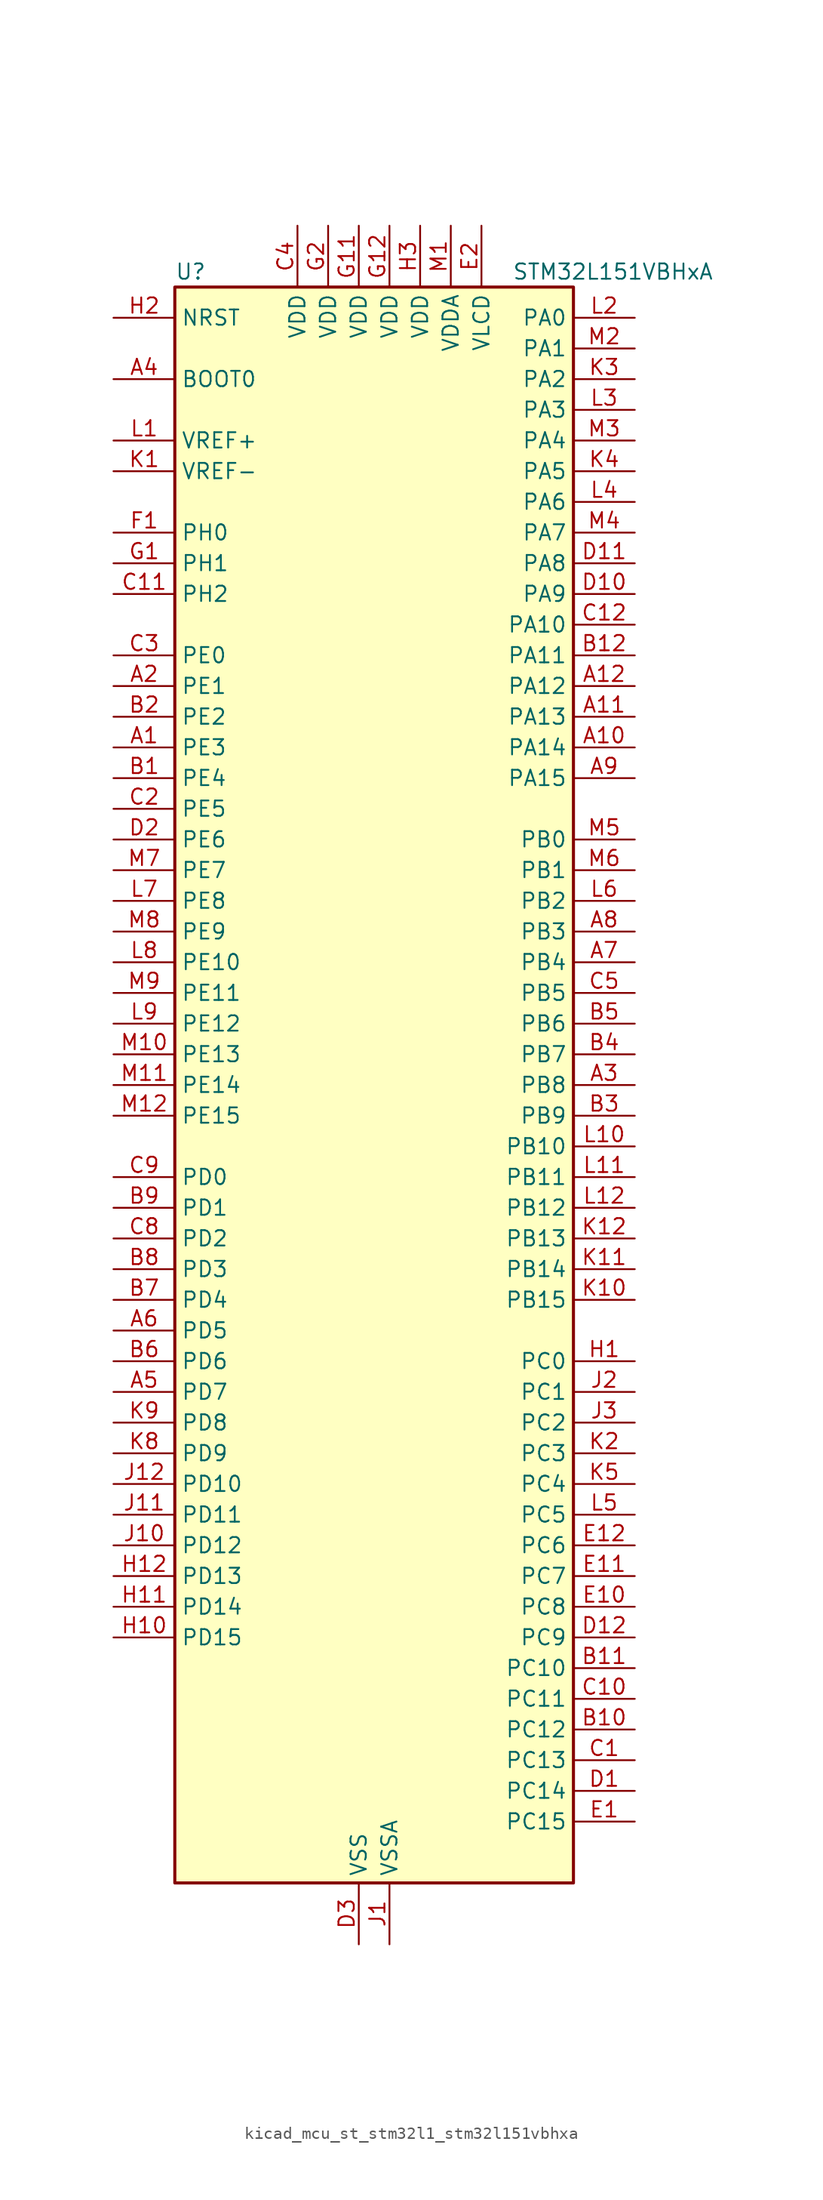
<source format=kicad_sym>
(kicad_symbol_lib
  (version 20220914)
  (generator kicad_symbol_editor)
  (symbol "kicad_mcu_st_stm32l1_stm32l151vbhxa"
    (property "Reference" "U"
      (at -15.24 67.31 0)
      (effects (font (size 1.27 1.27)) (justify left)))
    (property "Value" "STM32L151VBHxA"
      (at 12.7 67.31 0)
      (effects (font (size 1.27 1.27)) (justify left)))
    (property "ki_locked" ""
      (at 0 0 0)
      (effects (font (size 1.27 1.27))))
    (symbol "kicad_mcu_st_stm32l1_stm32l151vbhxa_0_1"
      (rectangle (start -15.24 -66.04) (end 17.78 66.04) (stroke (width 0.254) (type default)) (fill (type background))))
    (symbol "kicad_mcu_st_stm32l1_stm32l151vbhxa_1_1"
      (pin bidirectional line (at -20.32 27.94 0) (length 5.08) (name "PE3" (effects (font (size 1.27 1.27)))) (number "A1" (effects (font (size 1.27 1.27)))) (alternate "SYS_TRACED0" bidirectional line) (alternate "TIM3_CH1" bidirectional line) (alternate "TIMX_IC4" bidirectional line))
      (pin bidirectional line (at 22.86 27.94 180) (length 5.08) (name "PA14" (effects (font (size 1.27 1.27)))) (number "A10" (effects (font (size 1.27 1.27)))) (alternate "SYS_JTCK-SWCLK" bidirectional line) (alternate "TIMX_IC3" bidirectional line) (alternate "TS_G5_IO2" bidirectional line))
      (pin bidirectional line (at 22.86 30.48 180) (length 5.08) (name "PA13" (effects (font (size 1.27 1.27)))) (number "A11" (effects (font (size 1.27 1.27)))) (alternate "SYS_JTMS-SWDIO" bidirectional line) (alternate "TIMX_IC2" bidirectional line) (alternate "TS_G5_IO1" bidirectional line))
      (pin bidirectional line (at 22.86 33.02 180) (length 5.08) (name "PA12" (effects (font (size 1.27 1.27)))) (number "A12" (effects (font (size 1.27 1.27)))) (alternate "SPI1_MOSI" bidirectional line) (alternate "TIMX_IC1" bidirectional line) (alternate "USART1_RTS" bidirectional line) (alternate "USB_DP" bidirectional line))
      (pin bidirectional line (at -20.32 33.02 0) (length 5.08) (name "PE1" (effects (font (size 1.27 1.27)))) (number "A2" (effects (font (size 1.27 1.27)))) (alternate "TIM11_CH1" bidirectional line) (alternate "TIMX_IC2" bidirectional line))
      (pin bidirectional line (at 22.86 0 180) (length 5.08) (name "PB8" (effects (font (size 1.27 1.27)))) (number "A3" (effects (font (size 1.27 1.27)))) (alternate "I2C1_SCL" bidirectional line) (alternate "TIM10_CH1" bidirectional line) (alternate "TIM4_CH3" bidirectional line))
      (pin input line (at -20.32 58.42 0) (length 5.08) (name "BOOT0" (effects (font (size 1.27 1.27)))) (number "A4" (effects (font (size 1.27 1.27)))))
      (pin bidirectional line (at -20.32 -25.4 0) (length 5.08) (name "PD7" (effects (font (size 1.27 1.27)))) (number "A5" (effects (font (size 1.27 1.27)))) (alternate "TIM9_CH2" bidirectional line) (alternate "TIMX_IC4" bidirectional line) (alternate "USART2_CK" bidirectional line))
      (pin bidirectional line (at -20.32 -20.32 0) (length 5.08) (name "PD5" (effects (font (size 1.27 1.27)))) (number "A6" (effects (font (size 1.27 1.27)))) (alternate "TIMX_IC2" bidirectional line) (alternate "USART2_TX" bidirectional line))
      (pin bidirectional line (at 22.86 10.16 180) (length 5.08) (name "PB4" (effects (font (size 1.27 1.27)))) (number "A7" (effects (font (size 1.27 1.27)))) (alternate "COMP2_INP" bidirectional line) (alternate "SPI1_MISO" bidirectional line) (alternate "SYS_JTRST" bidirectional line) (alternate "TIM3_CH1" bidirectional line) (alternate "TS_G6_IO1" bidirectional line))
      (pin bidirectional line (at 22.86 12.7 180) (length 5.08) (name "PB3" (effects (font (size 1.27 1.27)))) (number "A8" (effects (font (size 1.27 1.27)))) (alternate "COMP2_INM" bidirectional line) (alternate "SPI1_SCK" bidirectional line) (alternate "SYS_JTDO-TRACESWO" bidirectional line) (alternate "TIM2_CH2" bidirectional line))
      (pin bidirectional line (at 22.86 25.4 180) (length 5.08) (name "PA15" (effects (font (size 1.27 1.27)))) (number "A9" (effects (font (size 1.27 1.27)))) (alternate "ADC_EXTI15" bidirectional line) (alternate "SPI1_NSS" bidirectional line) (alternate "SYS_JTDI" bidirectional line) (alternate "TIM2_CH1" bidirectional line) (alternate "TIM2_ETR" bidirectional line) (alternate "TIMX_IC4" bidirectional line) (alternate "TS_G5_IO3" bidirectional line))
      (pin bidirectional line (at -20.32 25.4 0) (length 5.08) (name "PE4" (effects (font (size 1.27 1.27)))) (number "B1" (effects (font (size 1.27 1.27)))) (alternate "SYS_TRACED1" bidirectional line) (alternate "TIM3_CH2" bidirectional line) (alternate "TIMX_IC1" bidirectional line))
      (pin bidirectional line (at 22.86 -53.34 180) (length 5.08) (name "PC12" (effects (font (size 1.27 1.27)))) (number "B10" (effects (font (size 1.27 1.27)))) (alternate "TIMX_IC1" bidirectional line) (alternate "USART3_CK" bidirectional line))
      (pin bidirectional line (at 22.86 -48.26 180) (length 5.08) (name "PC10" (effects (font (size 1.27 1.27)))) (number "B11" (effects (font (size 1.27 1.27)))) (alternate "TIMX_IC3" bidirectional line) (alternate "USART3_TX" bidirectional line))
      (pin bidirectional line (at 22.86 35.56 180) (length 5.08) (name "PA11" (effects (font (size 1.27 1.27)))) (number "B12" (effects (font (size 1.27 1.27)))) (alternate "ADC_EXTI11" bidirectional line) (alternate "SPI1_MISO" bidirectional line) (alternate "TIMX_IC4" bidirectional line) (alternate "USART1_CTS" bidirectional line) (alternate "USB_DM" bidirectional line))
      (pin bidirectional line (at -20.32 30.48 0) (length 5.08) (name "PE2" (effects (font (size 1.27 1.27)))) (number "B2" (effects (font (size 1.27 1.27)))) (alternate "SYS_TRACECK" bidirectional line) (alternate "TIM3_ETR" bidirectional line) (alternate "TIMX_IC3" bidirectional line))
      (pin bidirectional line (at 22.86 -2.54 180) (length 5.08) (name "PB9" (effects (font (size 1.27 1.27)))) (number "B3" (effects (font (size 1.27 1.27)))) (alternate "DAC_EXTI9" bidirectional line) (alternate "I2C1_SDA" bidirectional line) (alternate "TIM11_CH1" bidirectional line) (alternate "TIM4_CH4" bidirectional line))
      (pin bidirectional line (at 22.86 2.54 180) (length 5.08) (name "PB7" (effects (font (size 1.27 1.27)))) (number "B4" (effects (font (size 1.27 1.27)))) (alternate "I2C1_SDA" bidirectional line) (alternate "SYS_PVD_IN" bidirectional line) (alternate "TIM4_CH2" bidirectional line) (alternate "TS_G6_IO4" bidirectional line) (alternate "USART1_RX" bidirectional line))
      (pin bidirectional line (at 22.86 5.08 180) (length 5.08) (name "PB6" (effects (font (size 1.27 1.27)))) (number "B5" (effects (font (size 1.27 1.27)))) (alternate "I2C1_SCL" bidirectional line) (alternate "TIM4_CH1" bidirectional line) (alternate "TS_G6_IO3" bidirectional line) (alternate "USART1_TX" bidirectional line))
      (pin bidirectional line (at -20.32 -22.86 0) (length 5.08) (name "PD6" (effects (font (size 1.27 1.27)))) (number "B6" (effects (font (size 1.27 1.27)))) (alternate "TIMX_IC3" bidirectional line) (alternate "USART2_RX" bidirectional line))
      (pin bidirectional line (at -20.32 -17.78 0) (length 5.08) (name "PD4" (effects (font (size 1.27 1.27)))) (number "B7" (effects (font (size 1.27 1.27)))) (alternate "SPI2_MOSI" bidirectional line) (alternate "TIMX_IC1" bidirectional line) (alternate "USART2_RTS" bidirectional line))
      (pin bidirectional line (at -20.32 -15.24 0) (length 5.08) (name "PD3" (effects (font (size 1.27 1.27)))) (number "B8" (effects (font (size 1.27 1.27)))) (alternate "SPI2_MISO" bidirectional line) (alternate "TIMX_IC4" bidirectional line) (alternate "USART2_CTS" bidirectional line))
      (pin bidirectional line (at -20.32 -10.16 0) (length 5.08) (name "PD1" (effects (font (size 1.27 1.27)))) (number "B9" (effects (font (size 1.27 1.27)))) (alternate "SPI2_SCK" bidirectional line) (alternate "TIMX_IC2" bidirectional line))
      (pin bidirectional line (at 22.86 -55.88 180) (length 5.08) (name "PC13" (effects (font (size 1.27 1.27)))) (number "C1" (effects (font (size 1.27 1.27)))) (alternate "RTC_OUT_ALARM" bidirectional line) (alternate "RTC_OUT_CALIB" bidirectional line) (alternate "RTC_TAMP1" bidirectional line) (alternate "RTC_TS" bidirectional line) (alternate "SYS_WKUP2" bidirectional line) (alternate "TIMX_IC2" bidirectional line))
      (pin bidirectional line (at 22.86 -50.8 180) (length 5.08) (name "PC11" (effects (font (size 1.27 1.27)))) (number "C10" (effects (font (size 1.27 1.27)))) (alternate "ADC_EXTI11" bidirectional line) (alternate "TIMX_IC4" bidirectional line) (alternate "USART3_RX" bidirectional line))
      (pin bidirectional line (at -20.32 40.64 0) (length 5.08) (name "PH2" (effects (font (size 1.27 1.27)))) (number "C11" (effects (font (size 1.27 1.27)))))
      (pin bidirectional line (at 22.86 38.1 180) (length 5.08) (name "PA10" (effects (font (size 1.27 1.27)))) (number "C12" (effects (font (size 1.27 1.27)))) (alternate "TIMX_IC3" bidirectional line) (alternate "TS_G4_IO3" bidirectional line) (alternate "USART1_RX" bidirectional line))
      (pin bidirectional line (at -20.32 22.86 0) (length 5.08) (name "PE5" (effects (font (size 1.27 1.27)))) (number "C2" (effects (font (size 1.27 1.27)))) (alternate "SYS_TRACED2" bidirectional line) (alternate "TIM9_CH1" bidirectional line) (alternate "TIMX_IC2" bidirectional line))
      (pin bidirectional line (at -20.32 35.56 0) (length 5.08) (name "PE0" (effects (font (size 1.27 1.27)))) (number "C3" (effects (font (size 1.27 1.27)))) (alternate "TIM10_CH1" bidirectional line) (alternate "TIM4_ETR" bidirectional line) (alternate "TIMX_IC1" bidirectional line))
      (pin power_in line (at -5.08 71.12 270) (length 5.08) (name "VDD" (effects (font (size 1.27 1.27)))) (number "C4" (effects (font (size 1.27 1.27)))))
      (pin bidirectional line (at 22.86 7.62 180) (length 5.08) (name "PB5" (effects (font (size 1.27 1.27)))) (number "C5" (effects (font (size 1.27 1.27)))) (alternate "COMP2_INP" bidirectional line) (alternate "I2C1_SMBA" bidirectional line) (alternate "SPI1_MOSI" bidirectional line) (alternate "TIM3_CH2" bidirectional line) (alternate "TS_G6_IO2" bidirectional line))
      (pin bidirectional line (at -20.32 -12.7 0) (length 5.08) (name "PD2" (effects (font (size 1.27 1.27)))) (number "C8" (effects (font (size 1.27 1.27)))) (alternate "TIM3_ETR" bidirectional line) (alternate "TIMX_IC3" bidirectional line))
      (pin bidirectional line (at -20.32 -7.62 0) (length 5.08) (name "PD0" (effects (font (size 1.27 1.27)))) (number "C9" (effects (font (size 1.27 1.27)))) (alternate "SPI2_NSS" bidirectional line) (alternate "TIM9_CH1" bidirectional line) (alternate "TIMX_IC1" bidirectional line))
      (pin bidirectional line (at 22.86 -58.42 180) (length 5.08) (name "PC14" (effects (font (size 1.27 1.27)))) (number "D1" (effects (font (size 1.27 1.27)))) (alternate "RCC_OSC32_IN" bidirectional line) (alternate "TIMX_IC3" bidirectional line))
      (pin bidirectional line (at 22.86 40.64 180) (length 5.08) (name "PA9" (effects (font (size 1.27 1.27)))) (number "D10" (effects (font (size 1.27 1.27)))) (alternate "DAC_EXTI9" bidirectional line) (alternate "TIMX_IC2" bidirectional line) (alternate "TS_G4_IO2" bidirectional line) (alternate "USART1_TX" bidirectional line))
      (pin bidirectional line (at 22.86 43.18 180) (length 5.08) (name "PA8" (effects (font (size 1.27 1.27)))) (number "D11" (effects (font (size 1.27 1.27)))) (alternate "RCC_MCO" bidirectional line) (alternate "TIMX_IC1" bidirectional line) (alternate "TS_G4_IO1" bidirectional line) (alternate "USART1_CK" bidirectional line))
      (pin bidirectional line (at 22.86 -45.72 180) (length 5.08) (name "PC9" (effects (font (size 1.27 1.27)))) (number "D12" (effects (font (size 1.27 1.27)))) (alternate "DAC_EXTI9" bidirectional line) (alternate "TIM3_CH4" bidirectional line) (alternate "TIMX_IC2" bidirectional line) (alternate "TS_G10_IO4" bidirectional line))
      (pin bidirectional line (at -20.32 20.32 0) (length 5.08) (name "PE6" (effects (font (size 1.27 1.27)))) (number "D2" (effects (font (size 1.27 1.27)))) (alternate "RTC_TAMP3" bidirectional line) (alternate "SYS_TRACED3" bidirectional line) (alternate "SYS_WKUP3" bidirectional line) (alternate "TIM9_CH2" bidirectional line) (alternate "TIMX_IC3" bidirectional line))
      (pin power_in line (at 0 -71.12 90) (length 5.08) (name "VSS" (effects (font (size 1.27 1.27)))) (number "D3" (effects (font (size 1.27 1.27)))))
      (pin bidirectional line (at 22.86 -60.96 180) (length 5.08) (name "PC15" (effects (font (size 1.27 1.27)))) (number "E1" (effects (font (size 1.27 1.27)))) (alternate "ADC_EXTI15" bidirectional line) (alternate "RCC_OSC32_OUT" bidirectional line) (alternate "TIMX_IC4" bidirectional line))
      (pin bidirectional line (at 22.86 -43.18 180) (length 5.08) (name "PC8" (effects (font (size 1.27 1.27)))) (number "E10" (effects (font (size 1.27 1.27)))) (alternate "TIM3_CH3" bidirectional line) (alternate "TIMX_IC1" bidirectional line) (alternate "TS_G10_IO3" bidirectional line))
      (pin bidirectional line (at 22.86 -40.64 180) (length 5.08) (name "PC7" (effects (font (size 1.27 1.27)))) (number "E11" (effects (font (size 1.27 1.27)))) (alternate "TIM3_CH2" bidirectional line) (alternate "TIMX_IC4" bidirectional line) (alternate "TS_G10_IO2" bidirectional line))
      (pin bidirectional line (at 22.86 -38.1 180) (length 5.08) (name "PC6" (effects (font (size 1.27 1.27)))) (number "E12" (effects (font (size 1.27 1.27)))) (alternate "TIM3_CH1" bidirectional line) (alternate "TIMX_IC3" bidirectional line) (alternate "TS_G10_IO1" bidirectional line))
      (pin power_in line (at 10.16 71.12 270) (length 5.08) (name "VLCD" (effects (font (size 1.27 1.27)))) (number "E2" (effects (font (size 1.27 1.27)))))
      (pin passive line (at 0 -71.12 90) (length 5.08) hide (name "VSS" (effects (font (size 1.27 1.27)))) (number "E3" (effects (font (size 1.27 1.27)))))
      (pin bidirectional line (at -20.32 45.72 0) (length 5.08) (name "PH0" (effects (font (size 1.27 1.27)))) (number "F1" (effects (font (size 1.27 1.27)))) (alternate "RCC_OSC_IN" bidirectional line))
      (pin passive line (at 0 -71.12 90) (length 5.08) hide (name "VSS" (effects (font (size 1.27 1.27)))) (number "F11" (effects (font (size 1.27 1.27)))))
      (pin passive line (at 0 -71.12 90) (length 5.08) hide (name "VSS" (effects (font (size 1.27 1.27)))) (number "F12" (effects (font (size 1.27 1.27)))))
      (pin passive line (at 0 -71.12 90) (length 5.08) hide (name "VSS" (effects (font (size 1.27 1.27)))) (number "F2" (effects (font (size 1.27 1.27)))))
      (pin bidirectional line (at -20.32 43.18 0) (length 5.08) (name "PH1" (effects (font (size 1.27 1.27)))) (number "G1" (effects (font (size 1.27 1.27)))) (alternate "RCC_OSC_OUT" bidirectional line))
      (pin power_in line (at 0 71.12 270) (length 5.08) (name "VDD" (effects (font (size 1.27 1.27)))) (number "G11" (effects (font (size 1.27 1.27)))))
      (pin power_in line (at 2.54 71.12 270) (length 5.08) (name "VDD" (effects (font (size 1.27 1.27)))) (number "G12" (effects (font (size 1.27 1.27)))))
      (pin power_in line (at -2.54 71.12 270) (length 5.08) (name "VDD" (effects (font (size 1.27 1.27)))) (number "G2" (effects (font (size 1.27 1.27)))))
      (pin bidirectional line (at 22.86 -22.86 180) (length 5.08) (name "PC0" (effects (font (size 1.27 1.27)))) (number "H1" (effects (font (size 1.27 1.27)))) (alternate "ADC_IN10" bidirectional line) (alternate "COMP1_INP" bidirectional line) (alternate "TIMX_IC1" bidirectional line) (alternate "TS_G8_IO1" bidirectional line))
      (pin bidirectional line (at -20.32 -45.72 0) (length 5.08) (name "PD15" (effects (font (size 1.27 1.27)))) (number "H10" (effects (font (size 1.27 1.27)))) (alternate "ADC_EXTI15" bidirectional line) (alternate "TIM4_CH4" bidirectional line) (alternate "TIMX_IC4" bidirectional line))
      (pin bidirectional line (at -20.32 -43.18 0) (length 5.08) (name "PD14" (effects (font (size 1.27 1.27)))) (number "H11" (effects (font (size 1.27 1.27)))) (alternate "TIM4_CH3" bidirectional line) (alternate "TIMX_IC3" bidirectional line))
      (pin bidirectional line (at -20.32 -40.64 0) (length 5.08) (name "PD13" (effects (font (size 1.27 1.27)))) (number "H12" (effects (font (size 1.27 1.27)))) (alternate "TIM4_CH2" bidirectional line) (alternate "TIMX_IC2" bidirectional line))
      (pin input line (at -20.32 63.5 0) (length 5.08) (name "NRST" (effects (font (size 1.27 1.27)))) (number "H2" (effects (font (size 1.27 1.27)))))
      (pin power_in line (at 5.08 71.12 270) (length 5.08) (name "VDD" (effects (font (size 1.27 1.27)))) (number "H3" (effects (font (size 1.27 1.27)))))
      (pin power_in line (at 2.54 -71.12 90) (length 5.08) (name "VSSA" (effects (font (size 1.27 1.27)))) (number "J1" (effects (font (size 1.27 1.27)))))
      (pin bidirectional line (at -20.32 -38.1 0) (length 5.08) (name "PD12" (effects (font (size 1.27 1.27)))) (number "J10" (effects (font (size 1.27 1.27)))) (alternate "TIM4_CH1" bidirectional line) (alternate "TIMX_IC1" bidirectional line) (alternate "USART3_RTS" bidirectional line))
      (pin bidirectional line (at -20.32 -35.56 0) (length 5.08) (name "PD11" (effects (font (size 1.27 1.27)))) (number "J11" (effects (font (size 1.27 1.27)))) (alternate "ADC_EXTI11" bidirectional line) (alternate "TIMX_IC4" bidirectional line) (alternate "USART3_CTS" bidirectional line))
      (pin bidirectional line (at -20.32 -33.02 0) (length 5.08) (name "PD10" (effects (font (size 1.27 1.27)))) (number "J12" (effects (font (size 1.27 1.27)))) (alternate "TIMX_IC3" bidirectional line) (alternate "USART3_CK" bidirectional line))
      (pin bidirectional line (at 22.86 -25.4 180) (length 5.08) (name "PC1" (effects (font (size 1.27 1.27)))) (number "J2" (effects (font (size 1.27 1.27)))) (alternate "ADC_IN11" bidirectional line) (alternate "COMP1_INP" bidirectional line) (alternate "TIMX_IC2" bidirectional line) (alternate "TS_G8_IO2" bidirectional line))
      (pin bidirectional line (at 22.86 -27.94 180) (length 5.08) (name "PC2" (effects (font (size 1.27 1.27)))) (number "J3" (effects (font (size 1.27 1.27)))) (alternate "ADC_IN12" bidirectional line) (alternate "COMP1_INP" bidirectional line) (alternate "TIMX_IC3" bidirectional line) (alternate "TS_G8_IO3" bidirectional line))
      (pin input line (at -20.32 50.8 0) (length 5.08) (name "VREF-" (effects (font (size 1.27 1.27)))) (number "K1" (effects (font (size 1.27 1.27)))))
      (pin bidirectional line (at 22.86 -17.78 180) (length 5.08) (name "PB15" (effects (font (size 1.27 1.27)))) (number "K10" (effects (font (size 1.27 1.27)))) (alternate "ADC_EXTI15" bidirectional line) (alternate "ADC_IN21" bidirectional line) (alternate "COMP1_INP" bidirectional line) (alternate "RTC_REFIN" bidirectional line) (alternate "SPI2_MOSI" bidirectional line) (alternate "TIM11_CH1" bidirectional line) (alternate "TS_G7_IO4" bidirectional line))
      (pin bidirectional line (at 22.86 -15.24 180) (length 5.08) (name "PB14" (effects (font (size 1.27 1.27)))) (number "K11" (effects (font (size 1.27 1.27)))) (alternate "ADC_IN20" bidirectional line) (alternate "COMP1_INP" bidirectional line) (alternate "SPI2_MISO" bidirectional line) (alternate "TIM9_CH2" bidirectional line) (alternate "TS_G7_IO3" bidirectional line) (alternate "USART3_RTS" bidirectional line))
      (pin bidirectional line (at 22.86 -12.7 180) (length 5.08) (name "PB13" (effects (font (size 1.27 1.27)))) (number "K12" (effects (font (size 1.27 1.27)))) (alternate "ADC_IN19" bidirectional line) (alternate "COMP1_INP" bidirectional line) (alternate "SPI2_SCK" bidirectional line) (alternate "TIM9_CH1" bidirectional line) (alternate "TS_G7_IO2" bidirectional line) (alternate "USART3_CTS" bidirectional line))
      (pin bidirectional line (at 22.86 -30.48 180) (length 5.08) (name "PC3" (effects (font (size 1.27 1.27)))) (number "K2" (effects (font (size 1.27 1.27)))) (alternate "ADC_IN13" bidirectional line) (alternate "COMP1_INP" bidirectional line) (alternate "TIMX_IC4" bidirectional line) (alternate "TS_G8_IO4" bidirectional line))
      (pin bidirectional line (at 22.86 58.42 180) (length 5.08) (name "PA2" (effects (font (size 1.27 1.27)))) (number "K3" (effects (font (size 1.27 1.27)))) (alternate "ADC_IN2" bidirectional line) (alternate "COMP1_INP" bidirectional line) (alternate "TIM2_CH3" bidirectional line) (alternate "TIM9_CH1" bidirectional line) (alternate "TIMX_IC3" bidirectional line) (alternate "TS_G1_IO3" bidirectional line) (alternate "USART2_TX" bidirectional line))
      (pin bidirectional line (at 22.86 50.8 180) (length 5.08) (name "PA5" (effects (font (size 1.27 1.27)))) (number "K4" (effects (font (size 1.27 1.27)))) (alternate "ADC_IN5" bidirectional line) (alternate "COMP1_INP" bidirectional line) (alternate "DAC_OUT2" bidirectional line) (alternate "SPI1_SCK" bidirectional line) (alternate "TIM2_CH1" bidirectional line) (alternate "TIM2_ETR" bidirectional line) (alternate "TIMX_IC2" bidirectional line))
      (pin bidirectional line (at 22.86 -33.02 180) (length 5.08) (name "PC4" (effects (font (size 1.27 1.27)))) (number "K5" (effects (font (size 1.27 1.27)))) (alternate "ADC_IN14" bidirectional line) (alternate "COMP1_INP" bidirectional line) (alternate "TIMX_IC1" bidirectional line) (alternate "TS_G9_IO1" bidirectional line))
      (pin bidirectional line (at -20.32 -30.48 0) (length 5.08) (name "PD9" (effects (font (size 1.27 1.27)))) (number "K8" (effects (font (size 1.27 1.27)))) (alternate "DAC_EXTI9" bidirectional line) (alternate "TIMX_IC2" bidirectional line) (alternate "USART3_RX" bidirectional line))
      (pin bidirectional line (at -20.32 -27.94 0) (length 5.08) (name "PD8" (effects (font (size 1.27 1.27)))) (number "K9" (effects (font (size 1.27 1.27)))) (alternate "TIMX_IC1" bidirectional line) (alternate "USART3_TX" bidirectional line))
      (pin input line (at -20.32 53.34 0) (length 5.08) (name "VREF+" (effects (font (size 1.27 1.27)))) (number "L1" (effects (font (size 1.27 1.27)))))
      (pin bidirectional line (at 22.86 -5.08 180) (length 5.08) (name "PB10" (effects (font (size 1.27 1.27)))) (number "L10" (effects (font (size 1.27 1.27)))) (alternate "I2C2_SCL" bidirectional line) (alternate "TIM2_CH3" bidirectional line) (alternate "USART3_TX" bidirectional line))
      (pin bidirectional line (at 22.86 -7.62 180) (length 5.08) (name "PB11" (effects (font (size 1.27 1.27)))) (number "L11" (effects (font (size 1.27 1.27)))) (alternate "ADC_EXTI11" bidirectional line) (alternate "I2C2_SDA" bidirectional line) (alternate "TIM2_CH4" bidirectional line) (alternate "USART3_RX" bidirectional line))
      (pin bidirectional line (at 22.86 -10.16 180) (length 5.08) (name "PB12" (effects (font (size 1.27 1.27)))) (number "L12" (effects (font (size 1.27 1.27)))) (alternate "ADC_IN18" bidirectional line) (alternate "COMP1_INP" bidirectional line) (alternate "I2C2_SMBA" bidirectional line) (alternate "SPI2_NSS" bidirectional line) (alternate "TIM10_CH1" bidirectional line) (alternate "TS_G7_IO1" bidirectional line) (alternate "USART3_CK" bidirectional line))
      (pin bidirectional line (at 22.86 63.5 180) (length 5.08) (name "PA0" (effects (font (size 1.27 1.27)))) (number "L2" (effects (font (size 1.27 1.27)))) (alternate "ADC_IN0" bidirectional line) (alternate "COMP1_INP" bidirectional line) (alternate "RTC_TAMP2" bidirectional line) (alternate "SYS_WKUP1" bidirectional line) (alternate "TIM2_CH1" bidirectional line) (alternate "TIM2_ETR" bidirectional line) (alternate "TIMX_IC1" bidirectional line) (alternate "TS_G1_IO1" bidirectional line) (alternate "USART2_CTS" bidirectional line))
      (pin bidirectional line (at 22.86 55.88 180) (length 5.08) (name "PA3" (effects (font (size 1.27 1.27)))) (number "L3" (effects (font (size 1.27 1.27)))) (alternate "ADC_IN3" bidirectional line) (alternate "COMP1_INP" bidirectional line) (alternate "TIM2_CH4" bidirectional line) (alternate "TIM9_CH2" bidirectional line) (alternate "TIMX_IC4" bidirectional line) (alternate "TS_G1_IO4" bidirectional line) (alternate "USART2_RX" bidirectional line))
      (pin bidirectional line (at 22.86 48.26 180) (length 5.08) (name "PA6" (effects (font (size 1.27 1.27)))) (number "L4" (effects (font (size 1.27 1.27)))) (alternate "ADC_IN6" bidirectional line) (alternate "COMP1_INP" bidirectional line) (alternate "SPI1_MISO" bidirectional line) (alternate "TIM10_CH1" bidirectional line) (alternate "TIM3_CH1" bidirectional line) (alternate "TIMX_IC3" bidirectional line) (alternate "TS_G2_IO1" bidirectional line))
      (pin bidirectional line (at 22.86 -35.56 180) (length 5.08) (name "PC5" (effects (font (size 1.27 1.27)))) (number "L5" (effects (font (size 1.27 1.27)))) (alternate "ADC_IN15" bidirectional line) (alternate "COMP1_INP" bidirectional line) (alternate "TIMX_IC2" bidirectional line) (alternate "TS_G9_IO2" bidirectional line))
      (pin bidirectional line (at 22.86 15.24 180) (length 5.08) (name "PB2" (effects (font (size 1.27 1.27)))) (number "L6" (effects (font (size 1.27 1.27)))) (alternate "TS_G3_IO3" bidirectional line))
      (pin bidirectional line (at -20.32 15.24 0) (length 5.08) (name "PE8" (effects (font (size 1.27 1.27)))) (number "L7" (effects (font (size 1.27 1.27)))) (alternate "ADC_IN23" bidirectional line) (alternate "COMP1_INP" bidirectional line) (alternate "TIMX_IC1" bidirectional line))
      (pin bidirectional line (at -20.32 10.16 0) (length 5.08) (name "PE10" (effects (font (size 1.27 1.27)))) (number "L8" (effects (font (size 1.27 1.27)))) (alternate "ADC_IN25" bidirectional line) (alternate "COMP1_INP" bidirectional line) (alternate "TIM2_CH2" bidirectional line) (alternate "TIMX_IC3" bidirectional line))
      (pin bidirectional line (at -20.32 5.08 0) (length 5.08) (name "PE12" (effects (font (size 1.27 1.27)))) (number "L9" (effects (font (size 1.27 1.27)))) (alternate "SPI1_NSS" bidirectional line) (alternate "TIM2_CH4" bidirectional line) (alternate "TIMX_IC1" bidirectional line))
      (pin power_in line (at 7.62 71.12 270) (length 5.08) (name "VDDA" (effects (font (size 1.27 1.27)))) (number "M1" (effects (font (size 1.27 1.27)))))
      (pin bidirectional line (at -20.32 2.54 0) (length 5.08) (name "PE13" (effects (font (size 1.27 1.27)))) (number "M10" (effects (font (size 1.27 1.27)))) (alternate "SPI1_SCK" bidirectional line) (alternate "TIMX_IC2" bidirectional line))
      (pin bidirectional line (at -20.32 0 0) (length 5.08) (name "PE14" (effects (font (size 1.27 1.27)))) (number "M11" (effects (font (size 1.27 1.27)))) (alternate "SPI1_MISO" bidirectional line) (alternate "TIMX_IC3" bidirectional line))
      (pin bidirectional line (at -20.32 -2.54 0) (length 5.08) (name "PE15" (effects (font (size 1.27 1.27)))) (number "M12" (effects (font (size 1.27 1.27)))) (alternate "ADC_EXTI15" bidirectional line) (alternate "SPI1_MOSI" bidirectional line) (alternate "TIMX_IC4" bidirectional line))
      (pin bidirectional line (at 22.86 60.96 180) (length 5.08) (name "PA1" (effects (font (size 1.27 1.27)))) (number "M2" (effects (font (size 1.27 1.27)))) (alternate "ADC_IN1" bidirectional line) (alternate "COMP1_INP" bidirectional line) (alternate "TIM2_CH2" bidirectional line) (alternate "TIMX_IC2" bidirectional line) (alternate "TS_G1_IO2" bidirectional line) (alternate "USART2_RTS" bidirectional line))
      (pin bidirectional line (at 22.86 53.34 180) (length 5.08) (name "PA4" (effects (font (size 1.27 1.27)))) (number "M3" (effects (font (size 1.27 1.27)))) (alternate "ADC_IN4" bidirectional line) (alternate "COMP1_INP" bidirectional line) (alternate "DAC_OUT1" bidirectional line) (alternate "SPI1_NSS" bidirectional line) (alternate "TIMX_IC1" bidirectional line) (alternate "USART2_CK" bidirectional line))
      (pin bidirectional line (at 22.86 45.72 180) (length 5.08) (name "PA7" (effects (font (size 1.27 1.27)))) (number "M4" (effects (font (size 1.27 1.27)))) (alternate "ADC_IN7" bidirectional line) (alternate "COMP1_INP" bidirectional line) (alternate "SPI1_MOSI" bidirectional line) (alternate "TIM11_CH1" bidirectional line) (alternate "TIM3_CH2" bidirectional line) (alternate "TIMX_IC4" bidirectional line) (alternate "TS_G2_IO2" bidirectional line))
      (pin bidirectional line (at 22.86 20.32 180) (length 5.08) (name "PB0" (effects (font (size 1.27 1.27)))) (number "M5" (effects (font (size 1.27 1.27)))) (alternate "ADC_IN8" bidirectional line) (alternate "COMP1_INP" bidirectional line) (alternate "SYS_V_REF_OUT" bidirectional line) (alternate "TIM3_CH3" bidirectional line) (alternate "TS_G3_IO1" bidirectional line))
      (pin bidirectional line (at 22.86 17.78 180) (length 5.08) (name "PB1" (effects (font (size 1.27 1.27)))) (number "M6" (effects (font (size 1.27 1.27)))) (alternate "ADC_IN9" bidirectional line) (alternate "COMP1_INP" bidirectional line) (alternate "SYS_V_REF_OUT" bidirectional line) (alternate "TIM3_CH4" bidirectional line) (alternate "TS_G3_IO2" bidirectional line))
      (pin bidirectional line (at -20.32 17.78 0) (length 5.08) (name "PE7" (effects (font (size 1.27 1.27)))) (number "M7" (effects (font (size 1.27 1.27)))) (alternate "ADC_IN22" bidirectional line) (alternate "COMP1_INP" bidirectional line) (alternate "TIMX_IC4" bidirectional line))
      (pin bidirectional line (at -20.32 12.7 0) (length 5.08) (name "PE9" (effects (font (size 1.27 1.27)))) (number "M8" (effects (font (size 1.27 1.27)))) (alternate "ADC_IN24" bidirectional line) (alternate "COMP1_INP" bidirectional line) (alternate "DAC_EXTI9" bidirectional line) (alternate "TIM2_CH1" bidirectional line) (alternate "TIM2_ETR" bidirectional line) (alternate "TIMX_IC2" bidirectional line))
      (pin bidirectional line (at -20.32 7.62 0) (length 5.08) (name "PE11" (effects (font (size 1.27 1.27)))) (number "M9" (effects (font (size 1.27 1.27)))) (alternate "ADC_EXTI11" bidirectional line) (alternate "TIM2_CH3" bidirectional line) (alternate "TIMX_IC4" bidirectional line)))))
</source>
